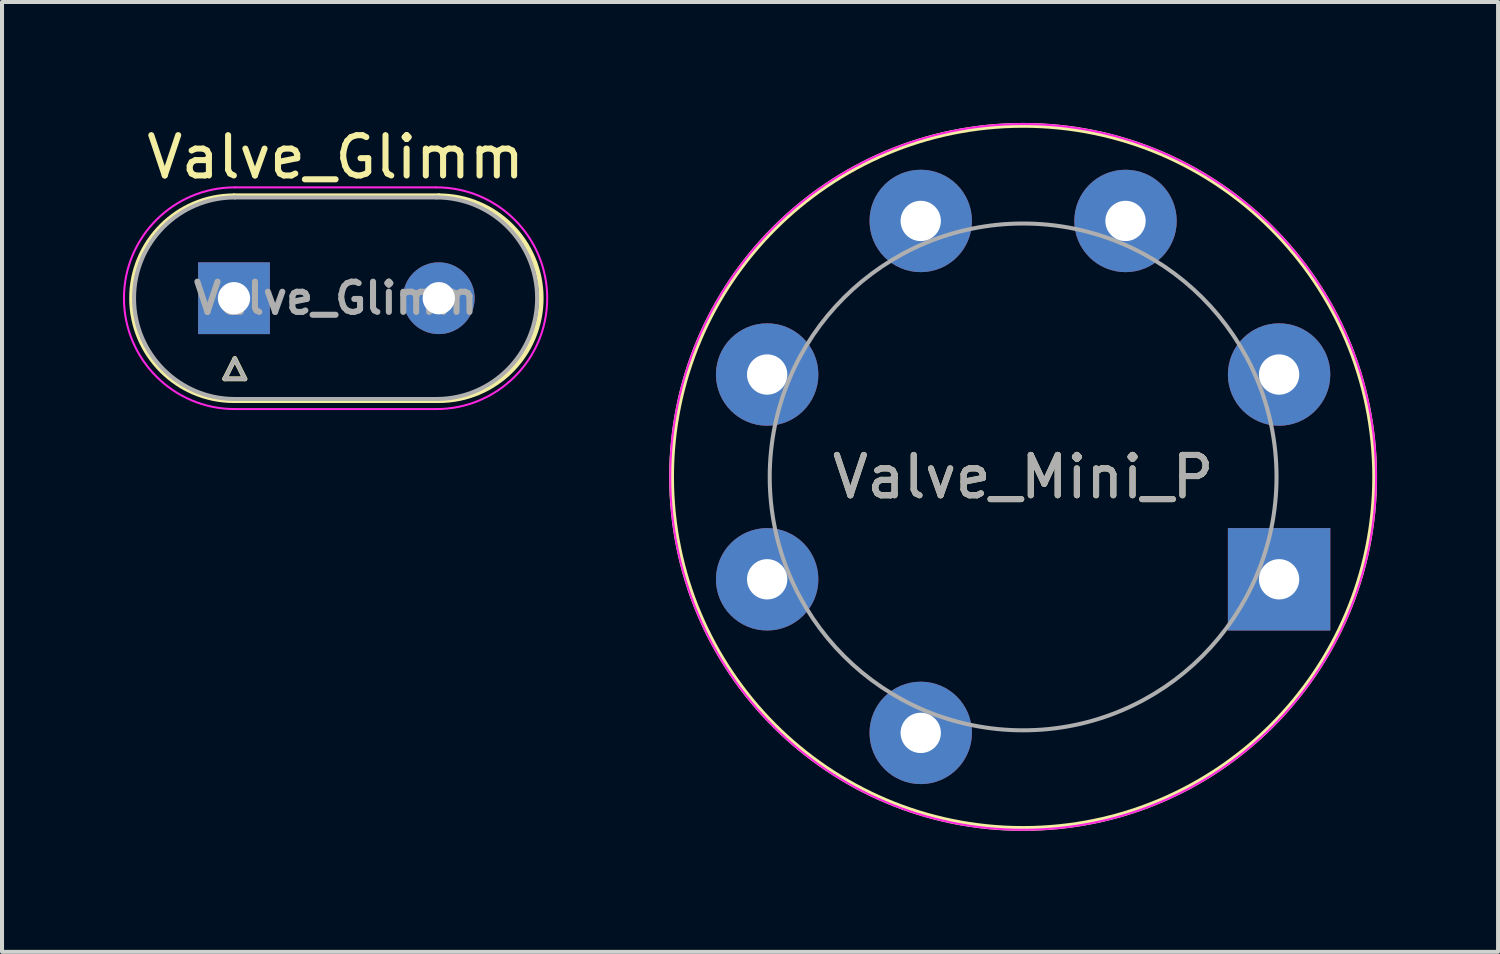
<source format=kicad_pcb>
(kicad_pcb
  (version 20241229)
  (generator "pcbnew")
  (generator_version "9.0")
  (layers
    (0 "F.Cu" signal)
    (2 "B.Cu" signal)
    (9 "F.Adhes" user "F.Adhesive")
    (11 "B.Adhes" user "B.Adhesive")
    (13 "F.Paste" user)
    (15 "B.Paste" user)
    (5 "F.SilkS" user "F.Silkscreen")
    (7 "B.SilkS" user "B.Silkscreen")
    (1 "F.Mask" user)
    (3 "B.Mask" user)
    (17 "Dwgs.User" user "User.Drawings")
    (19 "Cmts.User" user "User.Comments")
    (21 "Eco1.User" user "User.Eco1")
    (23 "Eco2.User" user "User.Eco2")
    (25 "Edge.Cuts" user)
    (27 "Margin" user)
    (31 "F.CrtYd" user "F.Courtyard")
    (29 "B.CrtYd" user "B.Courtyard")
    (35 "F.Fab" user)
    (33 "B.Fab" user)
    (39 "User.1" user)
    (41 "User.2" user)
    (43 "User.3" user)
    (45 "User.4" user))
  (footprint "Valve_Mini_P"
    (layer "F.Cu")
    (at 28.681 11.321)
    (property "Reference" "Valve_Mini_P" (at -6.35 -2.54 0) (layer "F.SilkS") (effects (font (size 1 1) (thickness 0.15))))
    (attr through_hole)
    (fp_circle (center -6.35 -2.54) (end 1.4 1.46) (stroke (width 0.12) (type solid)) (fill no) (layer "F.SilkS"))
    (fp_circle (center -6.35 -2.54) (end -6.6 6.21) (stroke (width 0.05) (type solid)) (fill no) (layer "F.CrtYd"))
    (fp_circle (center -6.35 -2.54) (end -10.79 1.91) (stroke (width 0.1) (type solid)) (fill no) (layer "F.Fab"))
    (fp_text user "${REFERENCE}" (at -6.35 -2.54 0) (layer "F.Fab") (effects (font (size 1 1) (thickness 0.15))))
    (pad "1" thru_hole rect (at 0 0) (size 2.54 2.54) (drill 1) (layers "*.Cu" "*.Mask"))
    (pad "2" thru_hole circle (at 0 -5.08) (size 2.54 2.54) (drill 1) (layers "*.Cu" "*.Mask"))
    (pad "3" thru_hole circle (at -3.81 -8.89) (size 2.54 2.54) (drill 1) (layers "*.Cu" "*.Mask"))
    (pad "4" thru_hole circle (at -8.89 -8.89) (size 2.54 2.54) (drill 1) (layers "*.Cu" "*.Mask"))
    (pad "5" thru_hole circle (at -12.7 -5.08) (size 2.54 2.54) (drill 1) (layers "*.Cu" "*.Mask"))
    (pad "6" thru_hole circle (at -12.7 0) (size 2.54 2.54) (drill 1) (layers "*.Cu" "*.Mask"))
    (pad "7" thru_hole circle (at -8.89 3.81) (size 2.54 2.54) (drill 1) (layers "*.Cu" "*.Mask")))
  (footprint "Valve_Glimm"
    (layer "F.Cu")
    (at 2.755 4.348)
    (property "Reference" "Valve_Glimm" (at 2.52 -3.5 0) (layer "F.SilkS") (effects (font (size 1 1) (thickness 0.15))))
    (attr through_hole)
    (fp_line (start -0.23 2) (end 0.27 2) (stroke (width 0.12) (type solid)) (layer "F.SilkS"))
    (fp_line (start 0 -2.54) (end 5.08 -2.54) (stroke (width 0.12) (type solid)) (layer "F.SilkS"))
    (fp_line (start 0 2.54) (end 5.08 2.54) (stroke (width 0.12) (type solid)) (layer "F.SilkS"))
    (fp_line (start 0.02 1.5) (end -0.23 2) (stroke (width 0.12) (type solid)) (layer "F.SilkS"))
    (fp_line (start 0.27 2) (end 0.02 1.5) (stroke (width 0.12) (type solid)) (layer "F.SilkS"))
    (fp_arc (start 0 2.54) (mid -2.54 0) (end 0 -2.54) (stroke (width 0.12) (type solid)) (layer "F.SilkS"))
    (fp_arc (start 5.08 -2.54) (mid 7.62 0) (end 5.08 2.54) (stroke (width 0.12) (type solid)) (layer "F.SilkS"))
    (fp_line (start 0.02 2.75) (end 5.02 2.75) (stroke (width 0.05) (type solid)) (layer "F.CrtYd"))
    (fp_line (start 5.02 -2.75) (end 0.02 -2.75) (stroke (width 0.05) (type solid)) (layer "F.CrtYd"))
    (fp_arc (start 0.02 2.75) (mid -2.73 0) (end 0.02 -2.75) (stroke (width 0.05) (type solid)) (layer "F.CrtYd"))
    (fp_arc (start 5.02 -2.75) (mid 7.77 0) (end 5.02 2.75) (stroke (width 0.05) (type solid)) (layer "F.CrtYd"))
    (fp_line (start -0.23 2) (end 0.27 2) (stroke (width 0.1) (type solid)) (layer "F.Fab"))
    (fp_line (start 0.02 1.5) (end -0.23 2) (stroke (width 0.1) (type solid)) (layer "F.Fab"))
    (fp_line (start 0.02 2.5) (end 5.02 2.5) (stroke (width 0.1) (type solid)) (layer "F.Fab"))
    (fp_line (start 0.27 2) (end 0.02 1.5) (stroke (width 0.1) (type solid)) (layer "F.Fab"))
    (fp_line (start 5.02 -2.5) (end 0.02 -2.5) (stroke (width 0.1) (type solid)) (layer "F.Fab"))
    (fp_arc (start 0.02 2.5) (mid -2.48 0) (end 0.02 -2.5) (stroke (width 0.1) (type solid)) (layer "F.Fab"))
    (fp_arc (start 5.02 -2.5) (mid 7.52 0) (end 5.02 2.5) (stroke (width 0.1) (type solid)) (layer "F.Fab"))
    (fp_text user "${REFERENCE}" (at 2.52 0 0) (layer "F.Fab") (effects (font (size 0.75 0.75) (thickness 0.15))))
    (pad "1" thru_hole rect (at 0 0) (size 1.78 1.78) (drill 0.8) (layers "*.Cu" "*.Mask"))
    (pad "2" thru_hole circle (at 5.08 0) (size 1.78 1.78) (drill 0.8) (layers "*.Cu" "*.Mask")))
  (gr_rect
    (start -3 -3)
    (end 34.113 20.563)
    (stroke (width 0.1) (type default))
    (fill no)
    (layer "Edge.Cuts")))
</source>
